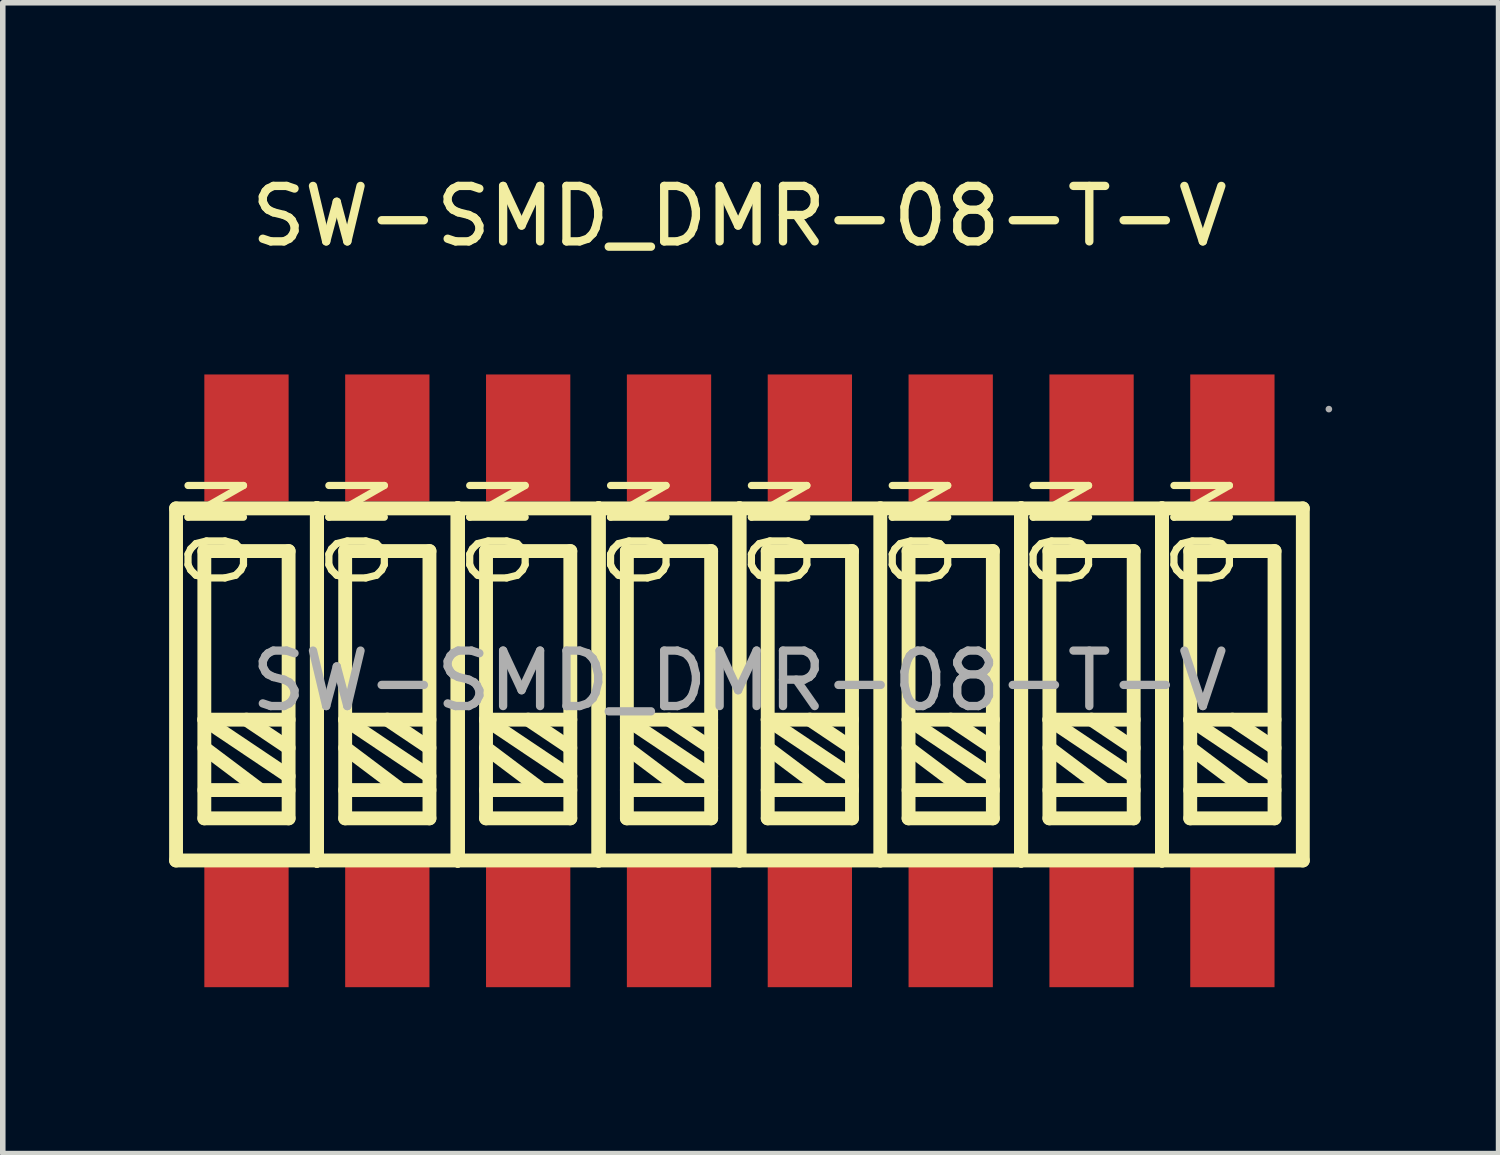
<source format=kicad_pcb>
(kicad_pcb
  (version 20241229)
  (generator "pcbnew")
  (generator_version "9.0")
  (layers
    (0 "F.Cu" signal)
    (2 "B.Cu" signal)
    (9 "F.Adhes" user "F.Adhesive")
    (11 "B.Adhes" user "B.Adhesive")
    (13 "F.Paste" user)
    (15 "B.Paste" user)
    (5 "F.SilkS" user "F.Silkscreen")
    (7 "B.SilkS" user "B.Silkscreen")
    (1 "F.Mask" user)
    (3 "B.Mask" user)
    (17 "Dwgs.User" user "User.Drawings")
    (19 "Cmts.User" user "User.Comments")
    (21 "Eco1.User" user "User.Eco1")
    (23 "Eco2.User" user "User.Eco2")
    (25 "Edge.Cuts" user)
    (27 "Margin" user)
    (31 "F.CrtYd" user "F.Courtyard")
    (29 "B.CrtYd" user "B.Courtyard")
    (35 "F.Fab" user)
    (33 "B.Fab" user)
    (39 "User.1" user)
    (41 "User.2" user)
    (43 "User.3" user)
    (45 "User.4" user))
  (footprint "SW-SMD_DMR-08-T-V"
    (layer "F.Cu")
    (at 10.285 9.228)
    (property "Reference" "SW-SMD_DMR-08-T-V" (at 0 -8.38 0) (layer "F.SilkS") (effects (font (size 1 1) (thickness 0.15))))
    (attr through_hole)
    (fp_line (start -10.16 -3.11) (end -7.62 -3.11) (stroke (width 0.25) (type solid)) (layer "F.SilkS"))
    (fp_line (start -10.16 3.24) (end -10.16 -3.11) (stroke (width 0.25) (type solid)) (layer "F.SilkS"))
    (fp_line (start -9.65 -2.34) (end -8.13 -2.34) (stroke (width 0.25) (type solid)) (layer "F.SilkS"))
    (fp_line (start -9.65 0.7) (end -8.13 0.7) (stroke (width 0.25) (type solid)) (layer "F.SilkS"))
    (fp_line (start -9.65 1.21) (end -8.64 1.97) (stroke (width 0.25) (type solid)) (layer "F.SilkS"))
    (fp_line (start -9.65 1.97) (end -8.13 1.97) (stroke (width 0.25) (type solid)) (layer "F.SilkS"))
    (fp_line (start -9.65 2.48) (end -9.65 -2.34) (stroke (width 0.25) (type solid)) (layer "F.SilkS"))
    (fp_line (start -8.89 0.7) (end -8.13 1.21) (stroke (width 0.25) (type solid)) (layer "F.SilkS"))
    (fp_line (start -8.13 -2.34) (end -8.13 2.48) (stroke (width 0.25) (type solid)) (layer "F.SilkS"))
    (fp_line (start -8.13 1.72) (end -9.65 0.7) (stroke (width 0.25) (type solid)) (layer "F.SilkS"))
    (fp_line (start -8.13 2.48) (end -9.65 2.48) (stroke (width 0.25) (type solid)) (layer "F.SilkS"))
    (fp_line (start -7.62 -3.11) (end -7.62 3.24) (stroke (width 0.25) (type solid)) (layer "F.SilkS"))
    (fp_line (start -7.62 -3.11) (end -7.62 3.24) (stroke (width 0.25) (type solid)) (layer "F.SilkS"))
    (fp_line (start -7.62 -3.11) (end -7.62 3.24) (stroke (width 0.25) (type solid)) (layer "F.SilkS"))
    (fp_line (start -7.62 3.24) (end -10.16 3.24) (stroke (width 0.25) (type solid)) (layer "F.SilkS"))
    (fp_line (start -7.62 3.24) (end -7.62 -3.11) (stroke (width 0.25) (type solid)) (layer "F.SilkS"))
    (fp_line (start -7.62 3.24) (end -7.62 -3.11) (stroke (width 0.25) (type solid)) (layer "F.SilkS"))
    (fp_line (start -7.62 3.24) (end -5.08 3.24) (stroke (width 0.25) (type solid)) (layer "F.SilkS"))
    (fp_line (start -7.11 -2.34) (end -7.11 2.48) (stroke (width 0.25) (type solid)) (layer "F.SilkS"))
    (fp_line (start -7.11 0.7) (end -5.59 1.72) (stroke (width 0.25) (type solid)) (layer "F.SilkS"))
    (fp_line (start -7.11 1.21) (end -6.1 1.97) (stroke (width 0.25) (type solid)) (layer "F.SilkS"))
    (fp_line (start -7.11 1.97) (end -5.59 1.97) (stroke (width 0.25) (type solid)) (layer "F.SilkS"))
    (fp_line (start -7.11 2.48) (end -5.59 2.48) (stroke (width 0.25) (type solid)) (layer "F.SilkS"))
    (fp_line (start -6.35 0.7) (end -5.59 1.21) (stroke (width 0.25) (type solid)) (layer "F.SilkS"))
    (fp_line (start -5.59 -2.34) (end -7.11 -2.34) (stroke (width 0.25) (type solid)) (layer "F.SilkS"))
    (fp_line (start -5.59 0.7) (end -7.11 0.7) (stroke (width 0.25) (type solid)) (layer "F.SilkS"))
    (fp_line (start -5.59 2.48) (end -5.59 -2.34) (stroke (width 0.25) (type solid)) (layer "F.SilkS"))
    (fp_line (start -5.08 -3.11) (end -7.62 -3.11) (stroke (width 0.25) (type solid)) (layer "F.SilkS"))
    (fp_line (start -5.08 -3.11) (end -5.08 3.24) (stroke (width 0.25) (type solid)) (layer "F.SilkS"))
    (fp_line (start -5.08 -3.11) (end -5.08 3.24) (stroke (width 0.25) (type solid)) (layer "F.SilkS"))
    (fp_line (start -5.08 3.24) (end -5.08 -3.11) (stroke (width 0.25) (type solid)) (layer "F.SilkS"))
    (fp_line (start -5.08 3.24) (end -5.08 -3.11) (stroke (width 0.25) (type solid)) (layer "F.SilkS"))
    (fp_line (start -5.08 3.24) (end -2.54 3.24) (stroke (width 0.25) (type solid)) (layer "F.SilkS"))
    (fp_line (start -4.57 -2.34) (end -3.05 -2.34) (stroke (width 0.25) (type solid)) (layer "F.SilkS"))
    (fp_line (start -4.57 0.7) (end -3.05 0.7) (stroke (width 0.25) (type solid)) (layer "F.SilkS"))
    (fp_line (start -4.57 1.21) (end -3.56 1.97) (stroke (width 0.25) (type solid)) (layer "F.SilkS"))
    (fp_line (start -4.57 1.97) (end -3.05 1.97) (stroke (width 0.25) (type solid)) (layer "F.SilkS"))
    (fp_line (start -4.57 2.48) (end -4.57 -2.34) (stroke (width 0.25) (type solid)) (layer "F.SilkS"))
    (fp_line (start -3.81 0.7) (end -3.05 1.21) (stroke (width 0.25) (type solid)) (layer "F.SilkS"))
    (fp_line (start -3.05 -2.34) (end -3.05 2.48) (stroke (width 0.25) (type solid)) (layer "F.SilkS"))
    (fp_line (start -3.05 1.72) (end -4.57 0.7) (stroke (width 0.25) (type solid)) (layer "F.SilkS"))
    (fp_line (start -3.05 2.48) (end -4.57 2.48) (stroke (width 0.25) (type solid)) (layer "F.SilkS"))
    (fp_line (start -2.54 -3.11) (end -5.08 -3.11) (stroke (width 0.25) (type solid)) (layer "F.SilkS"))
    (fp_line (start -2.54 -3.11) (end -2.54 3.24) (stroke (width 0.25) (type solid)) (layer "F.SilkS"))
    (fp_line (start -2.54 3.24) (end -2.54 -3.11) (stroke (width 0.25) (type solid)) (layer "F.SilkS"))
    (fp_line (start -2.54 3.24) (end -2.54 -3.11) (stroke (width 0.25) (type solid)) (layer "F.SilkS"))
    (fp_line (start -2.54 3.24) (end 0 3.24) (stroke (width 0.25) (type solid)) (layer "F.SilkS"))
    (fp_line (start -2.03 -2.34) (end -2.03 2.48) (stroke (width 0.25) (type solid)) (layer "F.SilkS"))
    (fp_line (start -2.03 0.7) (end -0.51 1.72) (stroke (width 0.25) (type solid)) (layer "F.SilkS"))
    (fp_line (start -2.03 1.21) (end -1.02 1.97) (stroke (width 0.25) (type solid)) (layer "F.SilkS"))
    (fp_line (start -2.03 1.97) (end -0.51 1.97) (stroke (width 0.25) (type solid)) (layer "F.SilkS"))
    (fp_line (start -2.03 2.48) (end -0.51 2.48) (stroke (width 0.25) (type solid)) (layer "F.SilkS"))
    (fp_line (start -1.27 0.7) (end -0.51 1.21) (stroke (width 0.25) (type solid)) (layer "F.SilkS"))
    (fp_line (start -0.51 -2.34) (end -2.03 -2.34) (stroke (width 0.25) (type solid)) (layer "F.SilkS"))
    (fp_line (start -0.51 0.7) (end -2.03 0.7) (stroke (width 0.25) (type solid)) (layer "F.SilkS"))
    (fp_line (start -0.51 2.48) (end -0.51 -2.34) (stroke (width 0.25) (type solid)) (layer "F.SilkS"))
    (fp_line (start 0 -3.11) (end -2.54 -3.11) (stroke (width 0.25) (type solid)) (layer "F.SilkS"))
    (fp_line (start 0 -3.11) (end 0 3.24) (stroke (width 0.25) (type solid)) (layer "F.SilkS"))
    (fp_line (start 0 3.24) (end 0 -3.11) (stroke (width 0.25) (type solid)) (layer "F.SilkS"))
    (fp_line (start 0 3.24) (end 2.54 3.24) (stroke (width 0.25) (type solid)) (layer "F.SilkS"))
    (fp_line (start 0.51 -2.34) (end 2.03 -2.34) (stroke (width 0.25) (type solid)) (layer "F.SilkS"))
    (fp_line (start 0.51 0.7) (end 2.03 0.7) (stroke (width 0.25) (type solid)) (layer "F.SilkS"))
    (fp_line (start 0.51 1.21) (end 1.52 1.97) (stroke (width 0.25) (type solid)) (layer "F.SilkS"))
    (fp_line (start 0.51 1.97) (end 2.03 1.97) (stroke (width 0.25) (type solid)) (layer "F.SilkS"))
    (fp_line (start 0.51 2.48) (end 0.51 -2.34) (stroke (width 0.25) (type solid)) (layer "F.SilkS"))
    (fp_line (start 1.27 0.7) (end 2.03 1.21) (stroke (width 0.25) (type solid)) (layer "F.SilkS"))
    (fp_line (start 2.03 -2.34) (end 2.03 2.48) (stroke (width 0.25) (type solid)) (layer "F.SilkS"))
    (fp_line (start 2.03 1.72) (end 0.51 0.7) (stroke (width 0.25) (type solid)) (layer "F.SilkS"))
    (fp_line (start 2.03 2.48) (end 0.51 2.48) (stroke (width 0.25) (type solid)) (layer "F.SilkS"))
    (fp_line (start 2.54 -3.11) (end 0 -3.11) (stroke (width 0.25) (type solid)) (layer "F.SilkS"))
    (fp_line (start 2.54 -3.11) (end 5.08 -3.11) (stroke (width 0.25) (type solid)) (layer "F.SilkS"))
    (fp_line (start 2.54 3.24) (end 2.54 -3.11) (stroke (width 0.25) (type solid)) (layer "F.SilkS"))
    (fp_line (start 3.05 -2.34) (end 3.05 2.48) (stroke (width 0.25) (type solid)) (layer "F.SilkS"))
    (fp_line (start 3.05 0.7) (end 4.57 1.72) (stroke (width 0.25) (type solid)) (layer "F.SilkS"))
    (fp_line (start 3.05 1.21) (end 4.06 1.97) (stroke (width 0.25) (type solid)) (layer "F.SilkS"))
    (fp_line (start 3.05 1.97) (end 4.57 1.97) (stroke (width 0.25) (type solid)) (layer "F.SilkS"))
    (fp_line (start 3.05 2.48) (end 4.57 2.48) (stroke (width 0.25) (type solid)) (layer "F.SilkS"))
    (fp_line (start 3.81 0.7) (end 4.57 1.21) (stroke (width 0.25) (type solid)) (layer "F.SilkS"))
    (fp_line (start 4.57 -2.34) (end 3.05 -2.34) (stroke (width 0.25) (type solid)) (layer "F.SilkS"))
    (fp_line (start 4.57 0.7) (end 3.05 0.7) (stroke (width 0.25) (type solid)) (layer "F.SilkS"))
    (fp_line (start 4.57 2.48) (end 4.57 -2.34) (stroke (width 0.25) (type solid)) (layer "F.SilkS"))
    (fp_line (start 5.08 -3.11) (end 5.08 3.24) (stroke (width 0.25) (type solid)) (layer "F.SilkS"))
    (fp_line (start 5.08 -3.11) (end 5.08 3.24) (stroke (width 0.25) (type solid)) (layer "F.SilkS"))
    (fp_line (start 5.08 -3.11) (end 7.62 -3.11) (stroke (width 0.25) (type solid)) (layer "F.SilkS"))
    (fp_line (start 5.08 3.24) (end 2.54 3.24) (stroke (width 0.25) (type solid)) (layer "F.SilkS"))
    (fp_line (start 5.08 3.24) (end 5.08 -3.11) (stroke (width 0.25) (type solid)) (layer "F.SilkS"))
    (fp_line (start 5.59 -2.34) (end 7.11 -2.34) (stroke (width 0.25) (type solid)) (layer "F.SilkS"))
    (fp_line (start 5.59 0.7) (end 7.11 0.7) (stroke (width 0.25) (type solid)) (layer "F.SilkS"))
    (fp_line (start 5.59 1.21) (end 6.6 1.97) (stroke (width 0.25) (type solid)) (layer "F.SilkS"))
    (fp_line (start 5.59 1.97) (end 7.11 1.97) (stroke (width 0.25) (type solid)) (layer "F.SilkS"))
    (fp_line (start 5.59 2.48) (end 5.59 -2.34) (stroke (width 0.25) (type solid)) (layer "F.SilkS"))
    (fp_line (start 6.35 0.7) (end 7.11 1.21) (stroke (width 0.25) (type solid)) (layer "F.SilkS"))
    (fp_line (start 7.11 -2.34) (end 7.11 2.48) (stroke (width 0.25) (type solid)) (layer "F.SilkS"))
    (fp_line (start 7.11 1.72) (end 5.59 0.7) (stroke (width 0.25) (type solid)) (layer "F.SilkS"))
    (fp_line (start 7.11 2.48) (end 5.59 2.48) (stroke (width 0.25) (type solid)) (layer "F.SilkS"))
    (fp_line (start 7.62 -3.11) (end 7.62 3.24) (stroke (width 0.25) (type solid)) (layer "F.SilkS"))
    (fp_line (start 7.62 -3.11) (end 7.62 3.24) (stroke (width 0.25) (type solid)) (layer "F.SilkS"))
    (fp_line (start 7.62 3.24) (end 5.08 3.24) (stroke (width 0.25) (type solid)) (layer "F.SilkS"))
    (fp_line (start 7.62 3.24) (end 10.16 3.24) (stroke (width 0.25) (type solid)) (layer "F.SilkS"))
    (fp_line (start 8.13 -2.34) (end 8.13 2.48) (stroke (width 0.25) (type solid)) (layer "F.SilkS"))
    (fp_line (start 8.13 0.7) (end 9.65 1.72) (stroke (width 0.25) (type solid)) (layer "F.SilkS"))
    (fp_line (start 8.13 1.21) (end 9.14 1.97) (stroke (width 0.25) (type solid)) (layer "F.SilkS"))
    (fp_line (start 8.13 1.97) (end 9.65 1.97) (stroke (width 0.25) (type solid)) (layer "F.SilkS"))
    (fp_line (start 8.13 2.48) (end 9.65 2.48) (stroke (width 0.25) (type solid)) (layer "F.SilkS"))
    (fp_line (start 8.89 0.7) (end 9.65 1.21) (stroke (width 0.25) (type solid)) (layer "F.SilkS"))
    (fp_line (start 9.65 -2.34) (end 8.13 -2.34) (stroke (width 0.25) (type solid)) (layer "F.SilkS"))
    (fp_line (start 9.65 0.7) (end 8.13 0.7) (stroke (width 0.25) (type solid)) (layer "F.SilkS"))
    (fp_line (start 9.65 2.48) (end 9.65 -2.34) (stroke (width 0.25) (type solid)) (layer "F.SilkS"))
    (fp_line (start 10.16 -3.11) (end 7.62 -3.11) (stroke (width 0.25) (type solid)) (layer "F.SilkS"))
    (fp_line (start 10.16 3.24) (end 10.16 -3.11) (stroke (width 0.25) (type solid)) (layer "F.SilkS"))
    (fp_circle (center 10.63 -4.9) (end 10.66 -4.9) (stroke (width 0.06) (type solid)) (fill no) (layer "F.Fab"))
    (fp_text user "ON" (at 0.76 -1.58 270) (layer "F.SilkS") (effects (font (size 1 1) (thickness 0.13)) (justify left)))
    (fp_text user "ON" (at 8.38 -1.58 270) (layer "F.SilkS") (effects (font (size 1 1) (thickness 0.13)) (justify left)))
    (fp_text user "ON" (at 3.3 -1.58 270) (layer "F.SilkS") (effects (font (size 1 1) (thickness 0.13)) (justify left)))
    (fp_text user "ON" (at -4.32 -1.58 270) (layer "F.SilkS") (effects (font (size 1 1) (thickness 0.13)) (justify left)))
    (fp_text user "ON" (at 5.84 -1.58 270) (layer "F.SilkS") (effects (font (size 1 1) (thickness 0.13)) (justify left)))
    (fp_text user "ON" (at -9.4 -1.58 270) (layer "F.SilkS") (effects (font (size 1 1) (thickness 0.13)) (justify left)))
    (fp_text user "ON" (at -6.86 -1.58 270) (layer "F.SilkS") (effects (font (size 1 1) (thickness 0.13)) (justify left)))
    (fp_text user "ON" (at -1.78 -1.58 270) (layer "F.SilkS") (effects (font (size 1 1) (thickness 0.13)) (justify left)))
    (fp_text user "${REFERENCE}" (at 0 0 0) (layer "F.Fab") (effects (font (size 1 1) (thickness 0.15))))
    (pad "1" smd rect (at 8.89 -4.38 270) (size 2.29 1.52) (layers "F.Cu" "F.Mask" "F.Paste"))
    (pad "2" smd rect (at 6.35 -4.38 270) (size 2.29 1.52) (layers "F.Cu" "F.Mask" "F.Paste"))
    (pad "3" smd rect (at 3.81 -4.38 270) (size 2.29 1.52) (layers "F.Cu" "F.Mask" "F.Paste"))
    (pad "4" smd rect (at 1.27 -4.38 270) (size 2.29 1.52) (layers "F.Cu" "F.Mask" "F.Paste"))
    (pad "5" smd rect (at -1.27 -4.38 270) (size 2.29 1.52) (layers "F.Cu" "F.Mask" "F.Paste"))
    (pad "6" smd rect (at -3.81 -4.38 270) (size 2.29 1.52) (layers "F.Cu" "F.Mask" "F.Paste"))
    (pad "7" smd rect (at -6.35 -4.38 270) (size 2.29 1.52) (layers "F.Cu" "F.Mask" "F.Paste"))
    (pad "8" smd rect (at -8.89 -4.38 270) (size 2.29 1.52) (layers "F.Cu" "F.Mask" "F.Paste"))
    (pad "9" smd rect (at -8.89 4.38 270) (size 2.29 1.52) (layers "F.Cu" "F.Mask" "F.Paste"))
    (pad "10" smd rect (at -6.35 4.38 270) (size 2.29 1.52) (layers "F.Cu" "F.Mask" "F.Paste"))
    (pad "11" smd rect (at -3.81 4.38 270) (size 2.29 1.52) (layers "F.Cu" "F.Mask" "F.Paste"))
    (pad "12" smd rect (at -1.27 4.38 270) (size 2.29 1.52) (layers "F.Cu" "F.Mask" "F.Paste"))
    (pad "13" smd rect (at 1.27 4.38 270) (size 2.29 1.52) (layers "F.Cu" "F.Mask" "F.Paste"))
    (pad "14" smd rect (at 3.81 4.38 270) (size 2.29 1.52) (layers "F.Cu" "F.Mask" "F.Paste"))
    (pad "15" smd rect (at 6.35 4.38 270) (size 2.29 1.52) (layers "F.Cu" "F.Mask" "F.Paste"))
    (pad "16" smd rect (at 8.89 4.38 270) (size 2.29 1.52) (layers "F.Cu" "F.Mask" "F.Paste")))
  (gr_rect
    (start -3 -3)
    (end 23.975 17.753)
    (stroke (width 0.1) (type default))
    (fill no)
    (layer "Edge.Cuts")))
</source>
